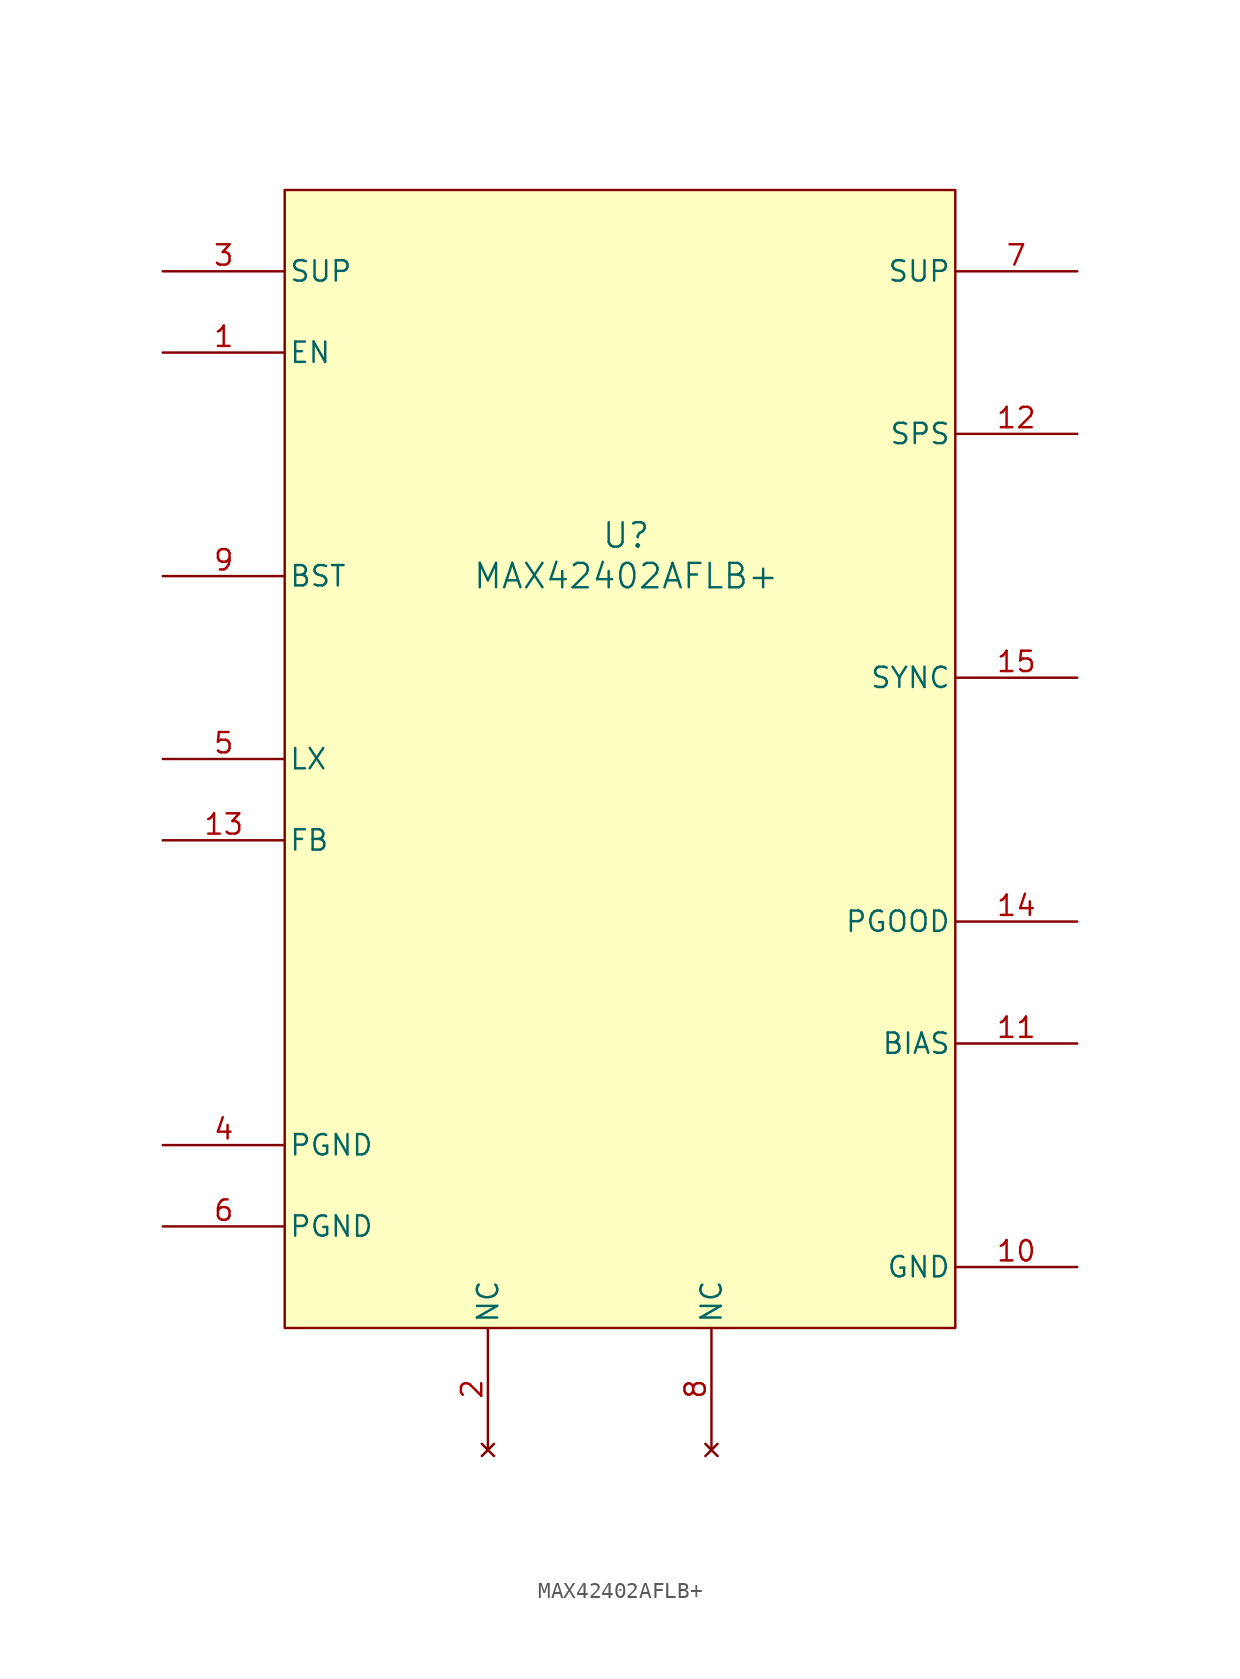
<source format=kicad_sym>
(kicad_symbol_lib
  (version 20241209)
  (generator "kicad_symbol_editor")
  (generator_version "9.0")
  (symbol "MAX42402AFLB+"
    (pin_names
      (offset 0.254))
    (property "Reference" "U"
      (at 4.826 -1.27 0)
      (effects (font (size 1.524 1.524))))
    (property "Value" "MAX42402AFLB+"
      (at 4.826 -3.81 0)
      (effects (font (size 1.524 1.524))))
    (property "ki_locked" ""
      (at 0 0 0)
      (effects (font (size 1.27 1.27))))
    (symbol "MAX42402AFLB+_0_1"
      (pin power_in line (at -24.13 15.24 0) (length 7.62) (name "SUP" (effects (font (size 1.27 1.27)))) (number "3" (effects (font (size 1.27 1.27)))))
      (pin input line (at -24.13 10.16 0) (length 7.62) (name "EN" (effects (font (size 1.27 1.27)))) (number "1" (effects (font (size 1.27 1.27)))))
      (pin no_connect line (at -3.81 -58.42 90) (length 7.62) (name "NC" (effects (font (size 1.27 1.27)))) (number "2" (effects (font (size 1.27 1.27))))))
    (symbol "MAX42402AFLB+_1_1"
      (rectangle (start -16.51 20.32) (end 25.4 -50.8) (stroke (width 0) (type solid)) (fill (type background)))
      (pin unspecified line (at -24.13 -3.81 0) (length 7.62) (name "BST" (effects (font (size 1.27 1.27)))) (number "9" (effects (font (size 1.27 1.27)))))
      (pin unspecified line (at -24.13 -15.24 0) (length 7.62) (name "LX" (effects (font (size 1.27 1.27)))) (number "5" (effects (font (size 1.27 1.27)))))
      (pin input line (at -24.13 -20.32 0) (length 7.62) (name "FB" (effects (font (size 1.27 1.27)))) (number "13" (effects (font (size 1.27 1.27)))))
      (pin power_out line (at -24.13 -39.37 0) (length 7.62) (name "PGND" (effects (font (size 1.27 1.27)))) (number "4" (effects (font (size 1.27 1.27)))))
      (pin power_out line (at -24.13 -44.45 0) (length 7.62) (name "PGND" (effects (font (size 1.27 1.27)))) (number "6" (effects (font (size 1.27 1.27)))))
      (pin no_connect line (at 10.16 -58.42 90) (length 7.62) (name "NC" (effects (font (size 1.27 1.27)))) (number "8" (effects (font (size 1.27 1.27)))))
      (pin power_in line (at 33.02 15.24 180) (length 7.62) (name "SUP" (effects (font (size 1.27 1.27)))) (number "7" (effects (font (size 1.27 1.27)))))
      (pin unspecified line (at 33.02 5.08 180) (length 7.62) (name "SPS" (effects (font (size 1.27 1.27)))) (number "12" (effects (font (size 1.27 1.27)))))
      (pin input line (at 33.02 -10.16 180) (length 7.62) (name "SYNC" (effects (font (size 1.27 1.27)))) (number "15" (effects (font (size 1.27 1.27)))))
      (pin output line (at 33.02 -25.4 180) (length 7.62) (name "PGOOD" (effects (font (size 1.27 1.27)))) (number "14" (effects (font (size 1.27 1.27)))))
      (pin power_in line (at 33.02 -33.02 180) (length 7.62) (name "BIAS" (effects (font (size 1.27 1.27)))) (number "11" (effects (font (size 1.27 1.27)))))
      (pin power_out line (at 33.02 -46.99 180) (length 7.62) (name "GND" (effects (font (size 1.27 1.27)))) (number "10" (effects (font (size 1.27 1.27))))))))
</source>
